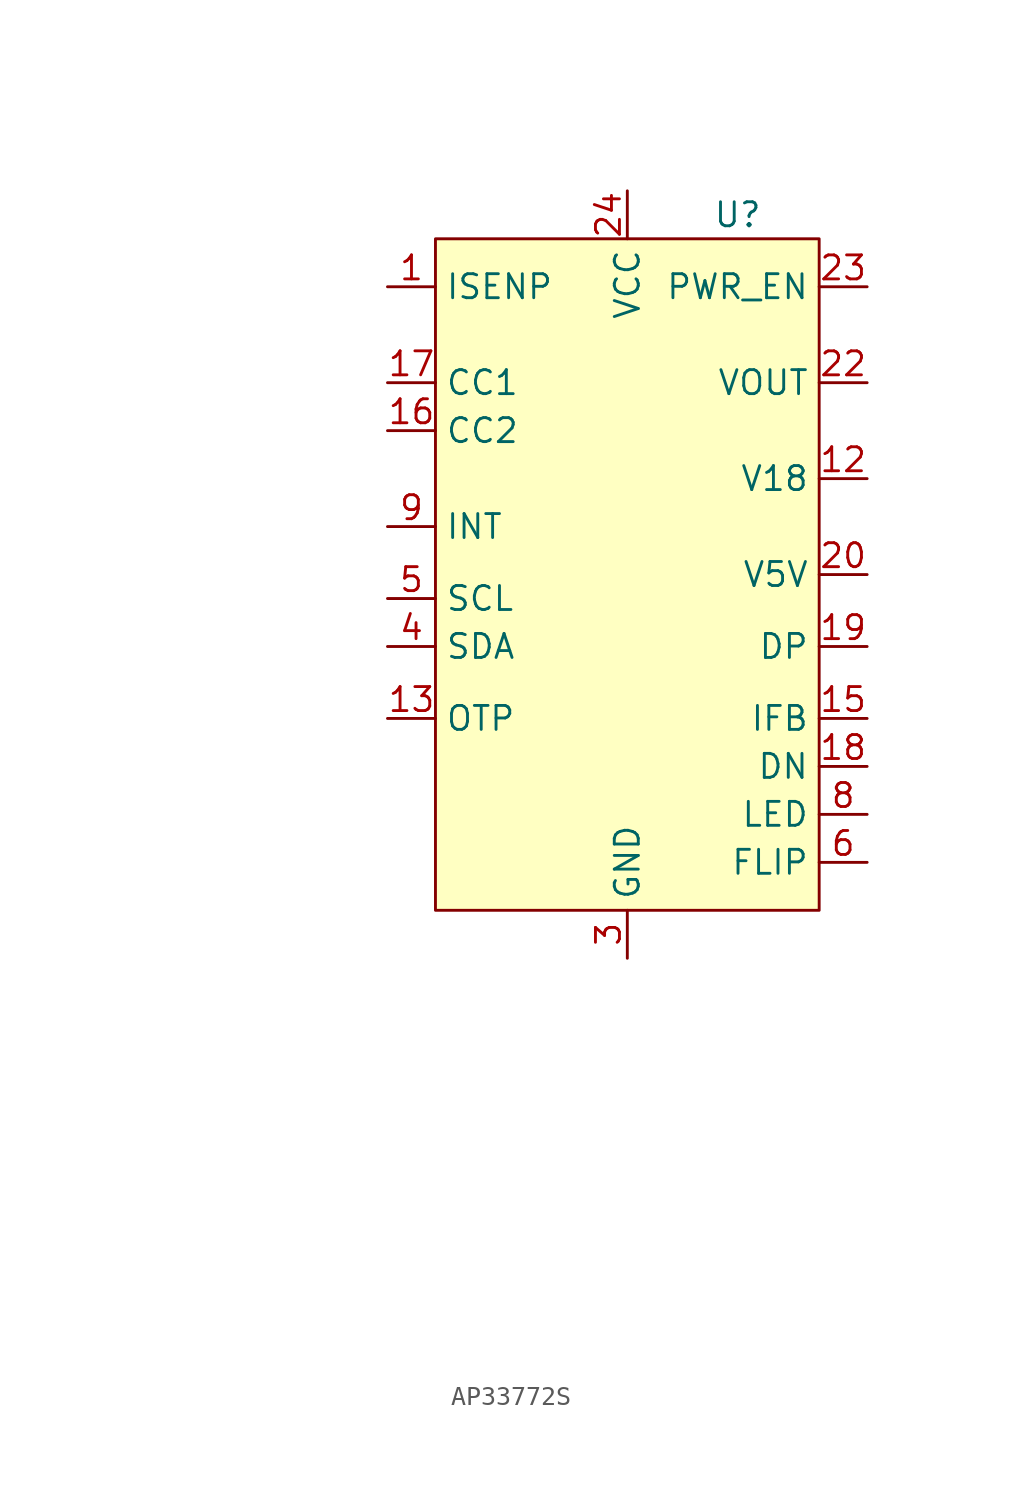
<source format=kicad_sym>
(kicad_symbol_lib
  (version 20231120)
  (generator "kicad_symbol_editor")
  (generator_version "8.0")
  (symbol "AP33772S"
    (property "Reference" "U"
      (at 5.842 19.05 0)
      (effects (font (size 1.27 1.27))))
    (property "Value" ""
      (at 0 0 0)
      (effects (font (size 1.27 1.27))))
    (symbol "AP33772S_1_1"
      (rectangle (start -10.16 17.78) (end 10.16 -17.78) (stroke (width 0) (type default)) (fill (type background)))
      (pin bidirectional line (at -12.7 15.24 0) (length 2.54) (name "ISENP" (effects (font (size 1.27 1.27)))) (number "1" (effects (font (size 1.27 1.27)))))
      (pin no_connect line (at -22.86 -31.75 180) (length 2.54) hide (name "NC" (effects (font (size 1.27 1.27)))) (number "10" (effects (font (size 1.27 1.27)))))
      (pin no_connect line (at -22.86 -29.21 180) (length 2.54) hide (name "NC" (effects (font (size 1.27 1.27)))) (number "11" (effects (font (size 1.27 1.27)))))
      (pin power_out line (at 12.7 5.08 180) (length 2.54) (name "V18" (effects (font (size 1.27 1.27)))) (number "12" (effects (font (size 1.27 1.27)))))
      (pin bidirectional line (at -12.7 -7.62 0) (length 2.54) (name "OTP" (effects (font (size 1.27 1.27)))) (number "13" (effects (font (size 1.27 1.27)))))
      (pin no_connect line (at -22.86 -26.67 180) (length 2.54) hide (name "NC" (effects (font (size 1.27 1.27)))) (number "14" (effects (font (size 1.27 1.27)))))
      (pin input line (at 12.7 -7.62 180) (length 2.54) (name "IFB" (effects (font (size 1.27 1.27)))) (number "15" (effects (font (size 1.27 1.27)))))
      (pin bidirectional line (at -12.7 7.62 0) (length 2.54) (name "CC2" (effects (font (size 1.27 1.27)))) (number "16" (effects (font (size 1.27 1.27)))))
      (pin bidirectional line (at -12.7 10.16 0) (length 2.54) (name "CC1" (effects (font (size 1.27 1.27)))) (number "17" (effects (font (size 1.27 1.27)))))
      (pin bidirectional line (at 12.7 -10.16 180) (length 2.54) (name "DN" (effects (font (size 1.27 1.27)))) (number "18" (effects (font (size 1.27 1.27)))))
      (pin bidirectional line (at 12.7 -3.81 180) (length 2.54) (name "DP" (effects (font (size 1.27 1.27)))) (number "19" (effects (font (size 1.27 1.27)))))
      (pin no_connect line (at -22.86 -36.83 180) (length 2.54) hide (name "NC" (effects (font (size 1.27 1.27)))) (number "2" (effects (font (size 1.27 1.27)))))
      (pin power_out line (at 12.7 0 180) (length 2.54) (name "V5V" (effects (font (size 1.27 1.27)))) (number "20" (effects (font (size 1.27 1.27)))))
      (pin no_connect line (at -22.86 -24.13 180) (length 2.54) hide (name "NC" (effects (font (size 1.27 1.27)))) (number "21" (effects (font (size 1.27 1.27)))))
      (pin power_in line (at 12.7 10.16 180) (length 2.54) (name "VOUT" (effects (font (size 1.27 1.27)))) (number "22" (effects (font (size 1.27 1.27)))))
      (pin power_in line (at 12.7 15.24 180) (length 2.54) (name "PWR_EN" (effects (font (size 1.27 1.27)))) (number "23" (effects (font (size 1.27 1.27)))))
      (pin power_in line (at 0 20.32 270) (length 2.54) (name "VCC" (effects (font (size 1.27 1.27)))) (number "24" (effects (font (size 1.27 1.27)))))
      (pin passive line (at 0 -20.32 90) (length 2.54) hide (name "GND" (effects (font (size 1.27 1.27)))) (number "25" (effects (font (size 1.27 1.27)))))
      (pin power_in line (at 0 -20.32 90) (length 2.54) (name "GND" (effects (font (size 1.27 1.27)))) (number "3" (effects (font (size 1.27 1.27)))))
      (pin bidirectional line (at -12.7 -3.81 0) (length 2.54) (name "SDA" (effects (font (size 1.27 1.27)))) (number "4" (effects (font (size 1.27 1.27)))))
      (pin bidirectional line (at -12.7 -1.27 0) (length 2.54) (name "SCL" (effects (font (size 1.27 1.27)))) (number "5" (effects (font (size 1.27 1.27)))))
      (pin bidirectional line (at 12.7 -15.24 180) (length 2.54) (name "FLIP" (effects (font (size 1.27 1.27)))) (number "6" (effects (font (size 1.27 1.27)))))
      (pin no_connect line (at -22.86 -34.29 180) (length 2.54) hide (name "NC" (effects (font (size 1.27 1.27)))) (number "7" (effects (font (size 1.27 1.27)))))
      (pin bidirectional line (at 12.7 -12.7 180) (length 2.54) (name "LED" (effects (font (size 1.27 1.27)))) (number "8" (effects (font (size 1.27 1.27)))))
      (pin bidirectional line (at -12.7 2.54 0) (length 2.54) (name "INT" (effects (font (size 1.27 1.27)))) (number "9" (effects (font (size 1.27 1.27))))))))
</source>
